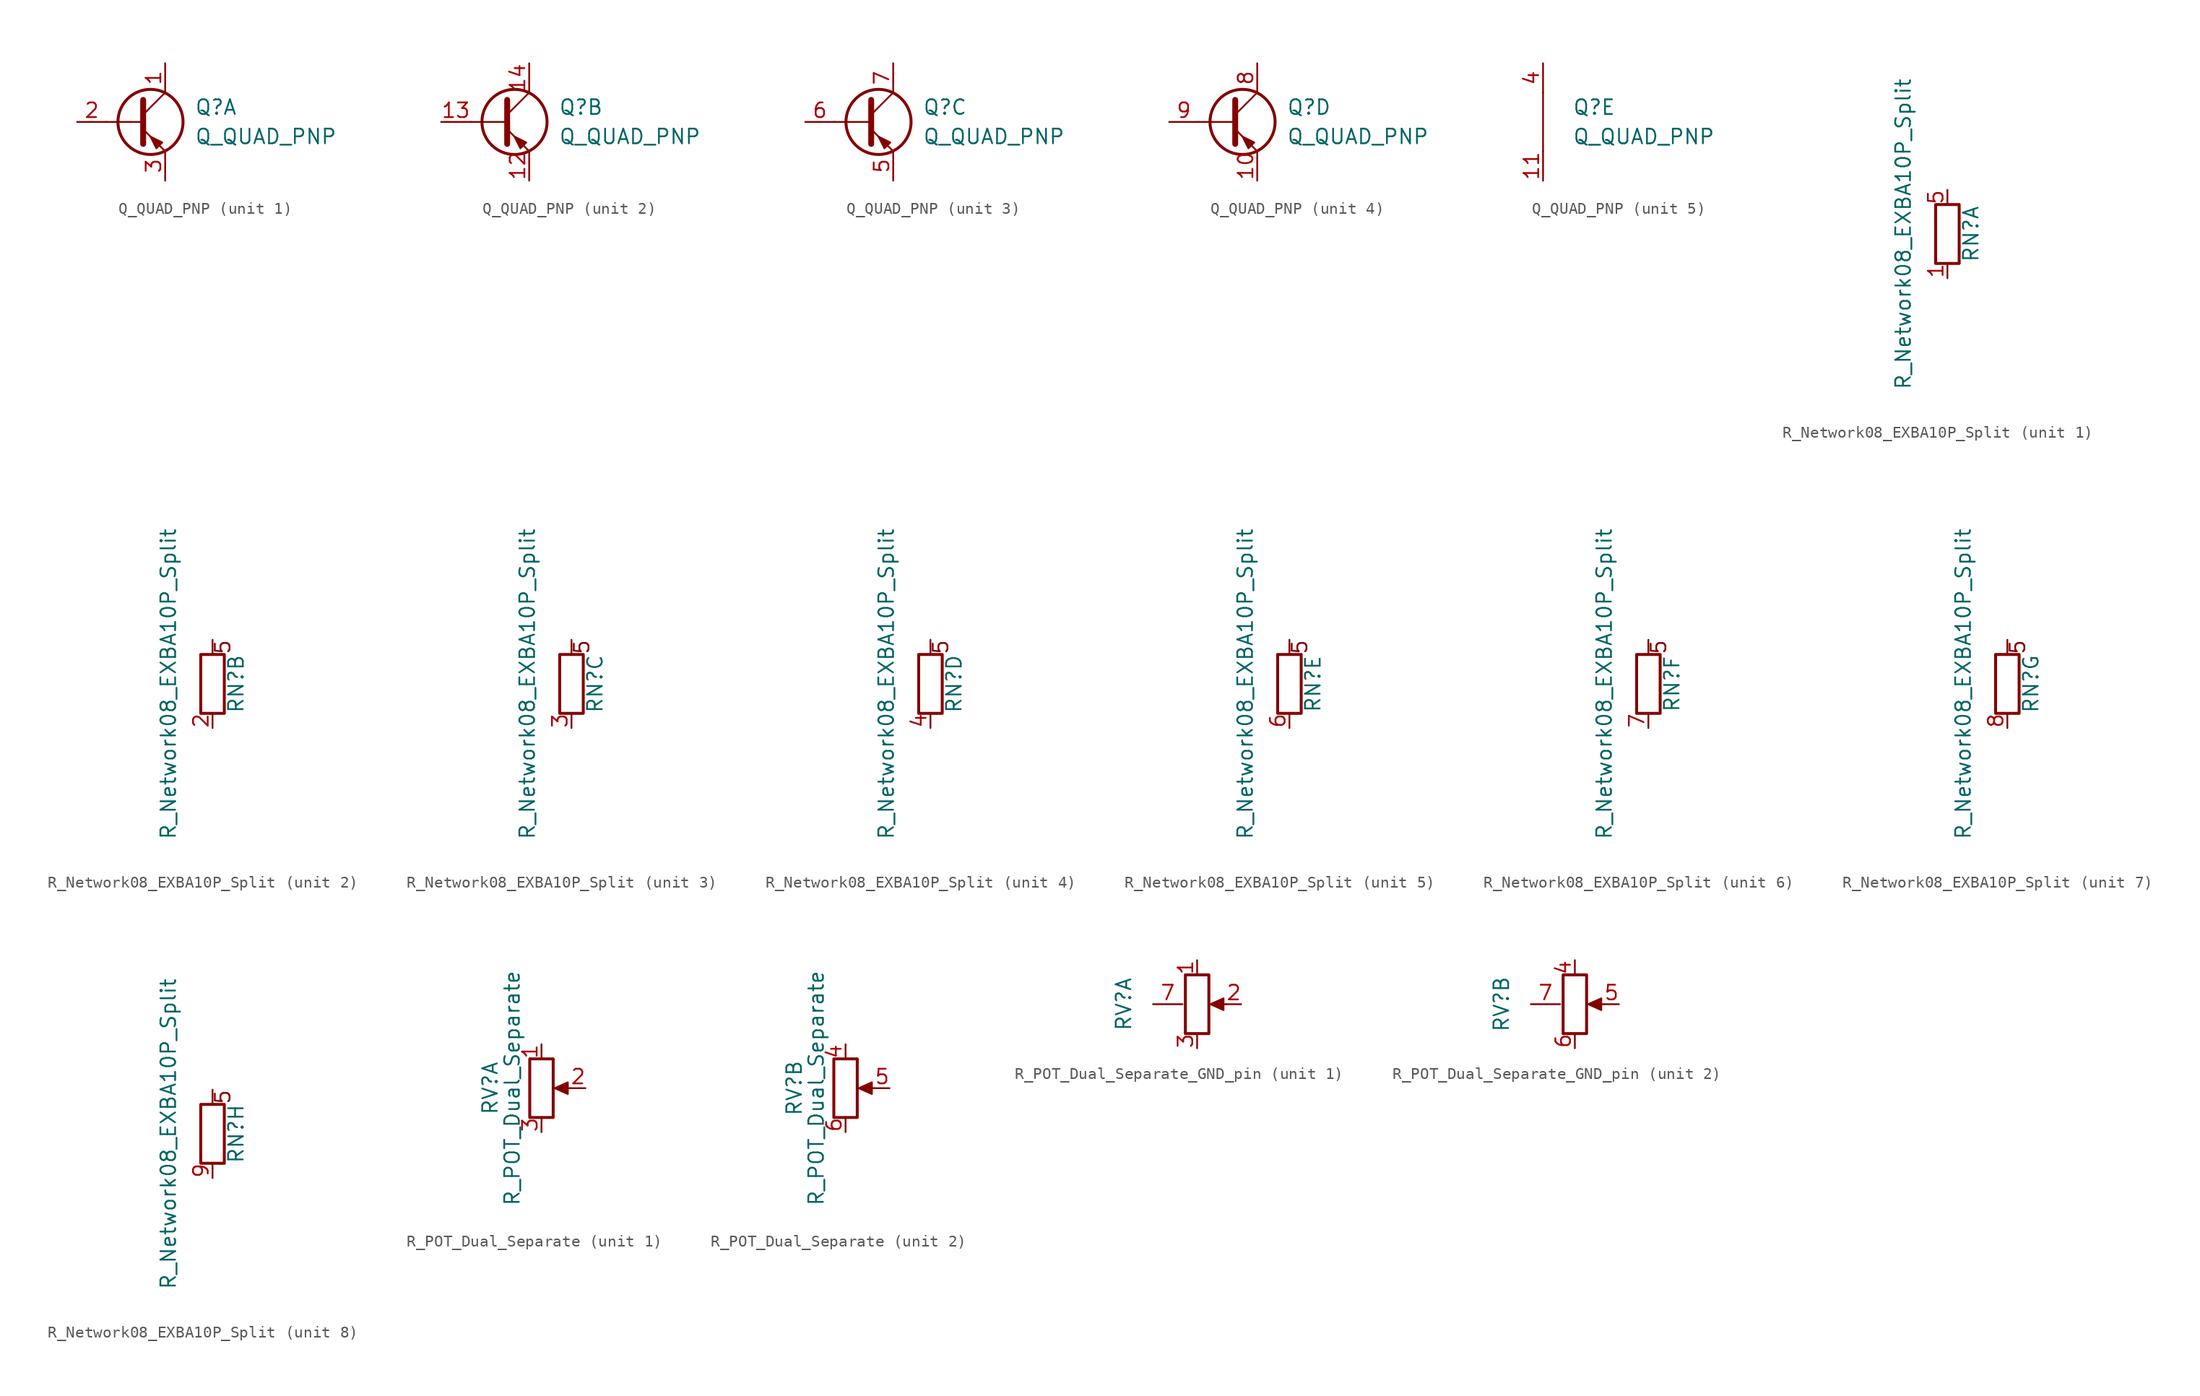
<source format=kicad_sym>
(kicad_symbol_lib
  (version 20211014)
  (generator kicad_symbol_editor)
  (symbol "Q_QUAD_PNP"
    (pin_names
      (offset 0) hide)
    (property "Reference" "Q"
      (at 5.08 1.27 0)
      (effects (font (size 1.27 1.27)) (justify left)))
    (property "Value" "Q_QUAD_PNP"
      (at 5.08 -1.27 0)
      (effects (font (size 1.27 1.27)) (justify left)))
    (property "ki_locked" ""
      (at 0 0 0)
      (effects (font (size 1.27 1.27))))
    (symbol "Q_QUAD_PNP_1_1"
      (polyline (pts (xy 0.635 0) (xy -2.54 0)) (stroke (width 0) (type default) (color 0 0 0 0)) (fill (type none)))
      (polyline (pts (xy 0.635 0.635) (xy 2.54 2.54)) (stroke (width 0) (type default) (color 0 0 0 0)) (fill (type none)))
      (polyline (pts (xy 0.635 -0.635) (xy 2.54 -2.54) (xy 2.54 -2.54)) (stroke (width 0) (type default) (color 0 0 0 0)) (fill (type none)))
      (polyline (pts (xy 0.635 1.905) (xy 0.635 -1.905) (xy 0.635 -1.905)) (stroke (width 0.508) (type default) (color 0 0 0 0)) (fill (type none)))
      (polyline (pts (xy 2.286 -1.778) (xy 1.778 -2.286) (xy 1.27 -1.27) (xy 2.286 -1.778) (xy 2.286 -1.778)) (stroke (width 0) (type default) (color 0 0 0 0)) (fill (type outline)))
      (circle (center 1.27 0) (radius 2.819) (stroke (width 0.254) (type default) (color 0 0 0 0)) (fill (type none)))
      (pin passive line (at 2.54 5.08 270) (length 2.54) (name "C1" (effects (font (size 1.27 1.27)))) (number "1" (effects (font (size 1.27 1.27)))))
      (pin input line (at -5.08 0 0) (length 2.54) (name "B1" (effects (font (size 1.27 1.27)))) (number "2" (effects (font (size 1.27 1.27)))))
      (pin passive line (at 2.54 -5.08 90) (length 2.54) (name "E1" (effects (font (size 1.27 1.27)))) (number "3" (effects (font (size 1.27 1.27))))))
    (symbol "Q_QUAD_PNP_2_1"
      (polyline (pts (xy 0.635 0) (xy -2.54 0)) (stroke (width 0) (type default) (color 0 0 0 0)) (fill (type none)))
      (polyline (pts (xy 0.635 0.635) (xy 2.54 2.54)) (stroke (width 0) (type default) (color 0 0 0 0)) (fill (type none)))
      (polyline (pts (xy 0.635 -0.635) (xy 2.54 -2.54) (xy 2.54 -2.54)) (stroke (width 0) (type default) (color 0 0 0 0)) (fill (type none)))
      (polyline (pts (xy 0.635 1.905) (xy 0.635 -1.905) (xy 0.635 -1.905)) (stroke (width 0.508) (type default) (color 0 0 0 0)) (fill (type none)))
      (polyline (pts (xy 2.286 -1.778) (xy 1.778 -2.286) (xy 1.27 -1.27) (xy 2.286 -1.778) (xy 2.286 -1.778)) (stroke (width 0) (type default) (color 0 0 0 0)) (fill (type outline)))
      (circle (center 1.27 0) (radius 2.819) (stroke (width 0.254) (type default) (color 0 0 0 0)) (fill (type none)))
      (pin passive line (at 2.54 -5.08 90) (length 2.54) (name "E2" (effects (font (size 1.27 1.27)))) (number "12" (effects (font (size 1.27 1.27)))))
      (pin input line (at -5.08 0 0) (length 2.54) (name "B2" (effects (font (size 1.27 1.27)))) (number "13" (effects (font (size 1.27 1.27)))))
      (pin passive line (at 2.54 5.08 270) (length 2.54) (name "C2" (effects (font (size 1.27 1.27)))) (number "14" (effects (font (size 1.27 1.27))))))
    (symbol "Q_QUAD_PNP_3_1"
      (polyline (pts (xy 0.635 0) (xy -2.54 0)) (stroke (width 0) (type default) (color 0 0 0 0)) (fill (type none)))
      (polyline (pts (xy 0.635 0.635) (xy 2.54 2.54)) (stroke (width 0) (type default) (color 0 0 0 0)) (fill (type none)))
      (polyline (pts (xy 0.635 -0.635) (xy 2.54 -2.54) (xy 2.54 -2.54)) (stroke (width 0) (type default) (color 0 0 0 0)) (fill (type none)))
      (polyline (pts (xy 0.635 1.905) (xy 0.635 -1.905) (xy 0.635 -1.905)) (stroke (width 0.508) (type default) (color 0 0 0 0)) (fill (type none)))
      (polyline (pts (xy 2.286 -1.778) (xy 1.778 -2.286) (xy 1.27 -1.27) (xy 2.286 -1.778) (xy 2.286 -1.778)) (stroke (width 0) (type default) (color 0 0 0 0)) (fill (type outline)))
      (circle (center 1.27 0) (radius 2.819) (stroke (width 0.254) (type default) (color 0 0 0 0)) (fill (type none)))
      (pin passive line (at 2.54 -5.08 90) (length 2.54) (name "E3" (effects (font (size 1.27 1.27)))) (number "5" (effects (font (size 1.27 1.27)))))
      (pin input line (at -5.08 0 0) (length 2.54) (name "B3" (effects (font (size 1.27 1.27)))) (number "6" (effects (font (size 1.27 1.27)))))
      (pin passive line (at 2.54 5.08 270) (length 2.54) (name "C3" (effects (font (size 1.27 1.27)))) (number "7" (effects (font (size 1.27 1.27))))))
    (symbol "Q_QUAD_PNP_4_1"
      (polyline (pts (xy 0.635 0) (xy -2.54 0)) (stroke (width 0) (type default) (color 0 0 0 0)) (fill (type none)))
      (polyline (pts (xy 0.635 0.635) (xy 2.54 2.54)) (stroke (width 0) (type default) (color 0 0 0 0)) (fill (type none)))
      (polyline (pts (xy 0.635 -0.635) (xy 2.54 -2.54) (xy 2.54 -2.54)) (stroke (width 0) (type default) (color 0 0 0 0)) (fill (type none)))
      (polyline (pts (xy 0.635 1.905) (xy 0.635 -1.905) (xy 0.635 -1.905)) (stroke (width 0.508) (type default) (color 0 0 0 0)) (fill (type none)))
      (polyline (pts (xy 2.286 -1.778) (xy 1.778 -2.286) (xy 1.27 -1.27) (xy 2.286 -1.778) (xy 2.286 -1.778)) (stroke (width 0) (type default) (color 0 0 0 0)) (fill (type outline)))
      (circle (center 1.27 0) (radius 2.819) (stroke (width 0.254) (type default) (color 0 0 0 0)) (fill (type none)))
      (pin passive line (at 2.54 -5.08 90) (length 2.54) (name "E4" (effects (font (size 1.27 1.27)))) (number "10" (effects (font (size 1.27 1.27)))))
      (pin passive line (at 2.54 5.08 270) (length 2.54) (name "C4" (effects (font (size 1.27 1.27)))) (number "8" (effects (font (size 1.27 1.27)))))
      (pin input line (at -5.08 0 0) (length 2.54) (name "B4" (effects (font (size 1.27 1.27)))) (number "9" (effects (font (size 1.27 1.27))))))
    (symbol "Q_QUAD_PNP_5_1"
      (polyline (pts (xy 2.54 2.54) (xy 2.54 -2.54)) (stroke (width 0) (type default) (color 0 0 0 0)) (fill (type none)))
      (pin passive line (at 2.54 -5.08 90) (length 2.54) (name "SUB" (effects (font (size 1.27 1.27)))) (number "11" (effects (font (size 1.27 1.27)))))
      (pin passive line (at 2.54 5.08 270) (length 2.54) (name "SUB" (effects (font (size 1.27 1.27)))) (number "4" (effects (font (size 1.27 1.27)))))))
  (symbol "R_Network08_EXBA10P_Split"
    (pin_names
      (offset 0) hide)
    (property "Reference" "RN"
      (at 2.032 0 90)
      (effects (font (size 1.27 1.27))))
    (property "Value" "R_Network08_EXBA10P_Split"
      (at -3.81 0 90)
      (effects (font (size 1.27 1.27))))
    (symbol "R_Network08_EXBA10P_Split_0_1"
      (rectangle (start 1.016 2.54) (end -1.016 -2.54) (stroke (width 0.254) (type default) (color 0 0 0 0)) (fill (type none))))
    (symbol "R_Network08_EXBA10P_Split_1_1"
      (pin passive line (at 0 -3.81 90) (length 1.27) (name "R1" (effects (font (size 1.27 1.27)))) (number "1" (effects (font (size 1.27 1.27)))))
      (pin passive line (at 0 3.81 270) (length 1.27) hide (name "R10" (effects (font (size 1.27 1.27)))) (number "10" (effects (font (size 1.27 1.27)))))
      (pin passive line (at 0 3.81 270) (length 1.27) (name "R5" (effects (font (size 1.27 1.27)))) (number "5" (effects (font (size 1.27 1.27))))))
    (symbol "R_Network08_EXBA10P_Split_2_1"
      (polyline (pts (xy 0 2.54) (xy 0 3.81)) (stroke (width 0) (type default) (color 0 0 0 0)) (fill (type none)))
      (text "5" (at 0.889 3.175 900) (effects (font (size 1.27 1.27))))
      (pin passive line (at 0 -3.81 90) (length 1.27) (name "R2" (effects (font (size 1.27 1.27)))) (number "2" (effects (font (size 1.27 1.27))))))
    (symbol "R_Network08_EXBA10P_Split_3_1"
      (polyline (pts (xy 0 2.54) (xy 0 3.81)) (stroke (width 0) (type default) (color 0 0 0 0)) (fill (type none)))
      (text "5" (at 0.889 3.175 900) (effects (font (size 1.27 1.27))))
      (pin passive line (at 0 -3.81 90) (length 1.27) (name "R3" (effects (font (size 1.27 1.27)))) (number "3" (effects (font (size 1.27 1.27))))))
    (symbol "R_Network08_EXBA10P_Split_4_1"
      (polyline (pts (xy 0 2.54) (xy 0 3.81)) (stroke (width 0) (type default) (color 0 0 0 0)) (fill (type none)))
      (text "5" (at 0.889 3.175 900) (effects (font (size 1.27 1.27))))
      (pin passive line (at 0 -3.81 90) (length 1.27) (name "R4" (effects (font (size 1.27 1.27)))) (number "4" (effects (font (size 1.27 1.27))))))
    (symbol "R_Network08_EXBA10P_Split_5_1"
      (polyline (pts (xy 0 2.54) (xy 0 3.81)) (stroke (width 0) (type default) (color 0 0 0 0)) (fill (type none)))
      (text "5" (at 0.889 3.175 900) (effects (font (size 1.27 1.27))))
      (pin passive line (at 0 -3.81 90) (length 1.27) (name "R6" (effects (font (size 1.27 1.27)))) (number "6" (effects (font (size 1.27 1.27))))))
    (symbol "R_Network08_EXBA10P_Split_6_1"
      (polyline (pts (xy 0 2.54) (xy 0 3.81)) (stroke (width 0) (type default) (color 0 0 0 0)) (fill (type none)))
      (text "5" (at 0.889 3.175 900) (effects (font (size 1.27 1.27))))
      (pin passive line (at 0 -3.81 90) (length 1.27) (name "R7" (effects (font (size 1.27 1.27)))) (number "7" (effects (font (size 1.27 1.27))))))
    (symbol "R_Network08_EXBA10P_Split_7_1"
      (polyline (pts (xy 0 2.54) (xy 0 3.81)) (stroke (width 0) (type default) (color 0 0 0 0)) (fill (type none)))
      (text "5" (at 0.889 3.175 900) (effects (font (size 1.27 1.27))))
      (pin passive line (at 0 -3.81 90) (length 1.27) (name "R8" (effects (font (size 1.27 1.27)))) (number "8" (effects (font (size 1.27 1.27))))))
    (symbol "R_Network08_EXBA10P_Split_8_1"
      (polyline (pts (xy 0 2.54) (xy 0 3.81)) (stroke (width 0) (type default) (color 0 0 0 0)) (fill (type none)))
      (text "5" (at 0.889 3.175 900) (effects (font (size 1.27 1.27))))
      (pin passive line (at 0 -3.81 90) (length 1.27) (name "R9" (effects (font (size 1.27 1.27)))) (number "9" (effects (font (size 1.27 1.27)))))))
  (symbol "R_POT_Dual_Separate"
    (pin_names
      (offset 1.016) hide)
    (property "Reference" "RV"
      (at -4.445 0 90)
      (effects (font (size 1.27 1.27))))
    (property "Value" "R_POT_Dual_Separate"
      (at -2.54 0 90)
      (effects (font (size 1.27 1.27))))
    (symbol "R_POT_Dual_Separate_0_1"
      (polyline (pts (xy 2.54 0) (xy 1.524 0)) (stroke (width 0) (type default) (color 0 0 0 0)) (fill (type none)))
      (polyline (pts (xy 1.143 0) (xy 2.286 0.508) (xy 2.286 -0.508) (xy 1.143 0)) (stroke (width 0) (type default) (color 0 0 0 0)) (fill (type outline)))
      (rectangle (start 1.016 2.54) (end -1.016 -2.54) (stroke (width 0.254) (type default) (color 0 0 0 0)) (fill (type none))))
    (symbol "R_POT_Dual_Separate_1_1"
      (pin passive line (at 0 3.81 270) (length 1.27) (name "1" (effects (font (size 1.27 1.27)))) (number "1" (effects (font (size 1.27 1.27)))))
      (pin passive line (at 3.81 0 180) (length 1.27) (name "2" (effects (font (size 1.27 1.27)))) (number "2" (effects (font (size 1.27 1.27)))))
      (pin passive line (at 0 -3.81 90) (length 1.27) (name "3" (effects (font (size 1.27 1.27)))) (number "3" (effects (font (size 1.27 1.27))))))
    (symbol "R_POT_Dual_Separate_2_1"
      (pin passive line (at 0 3.81 270) (length 1.27) (name "4" (effects (font (size 1.27 1.27)))) (number "4" (effects (font (size 1.27 1.27)))))
      (pin passive line (at 3.81 0 180) (length 1.27) (name "5" (effects (font (size 1.27 1.27)))) (number "5" (effects (font (size 1.27 1.27)))))
      (pin passive line (at 0 -3.81 90) (length 1.27) (name "6" (effects (font (size 1.27 1.27)))) (number "6" (effects (font (size 1.27 1.27)))))))
  (symbol "R_POT_Dual_Separate_GND_pin"
    (pin_names
      (offset 1.016) hide)
    (property "Reference" "RV"
      (at -6.35 0 90)
      (effects (font (size 1.27 1.27))))
    (symbol "R_POT_Dual_Separate_GND_pin_0_1"
      (polyline (pts (xy 2.54 0) (xy 1.524 0)) (stroke (width 0) (type default) (color 0 0 0 0)) (fill (type none)))
      (polyline (pts (xy 1.143 0) (xy 2.286 0.508) (xy 2.286 -0.508) (xy 1.143 0)) (stroke (width 0) (type default) (color 0 0 0 0)) (fill (type outline)))
      (rectangle (start 1.016 2.54) (end -1.016 -2.54) (stroke (width 0.254) (type default) (color 0 0 0 0)) (fill (type none)))
      (pin passive line (at -3.81 0 0) (length 2.54) (name "GND" (effects (font (size 1.27 1.27)))) (number "7" (effects (font (size 1.27 1.27))))))
    (symbol "R_POT_Dual_Separate_GND_pin_1_1"
      (pin passive line (at 0 3.81 270) (length 1.27) (name "1" (effects (font (size 1.27 1.27)))) (number "1" (effects (font (size 1.27 1.27)))))
      (pin passive line (at 3.81 0 180) (length 1.27) (name "2" (effects (font (size 1.27 1.27)))) (number "2" (effects (font (size 1.27 1.27)))))
      (pin passive line (at 0 -3.81 90) (length 1.27) (name "3" (effects (font (size 1.27 1.27)))) (number "3" (effects (font (size 1.27 1.27))))))
    (symbol "R_POT_Dual_Separate_GND_pin_2_1"
      (pin passive line (at 0 3.81 270) (length 1.27) (name "4" (effects (font (size 1.27 1.27)))) (number "4" (effects (font (size 1.27 1.27)))))
      (pin passive line (at 3.81 0 180) (length 1.27) (name "5" (effects (font (size 1.27 1.27)))) (number "5" (effects (font (size 1.27 1.27)))))
      (pin passive line (at 0 -3.81 90) (length 1.27) (name "6" (effects (font (size 1.27 1.27)))) (number "6" (effects (font (size 1.27 1.27))))))))
</source>
